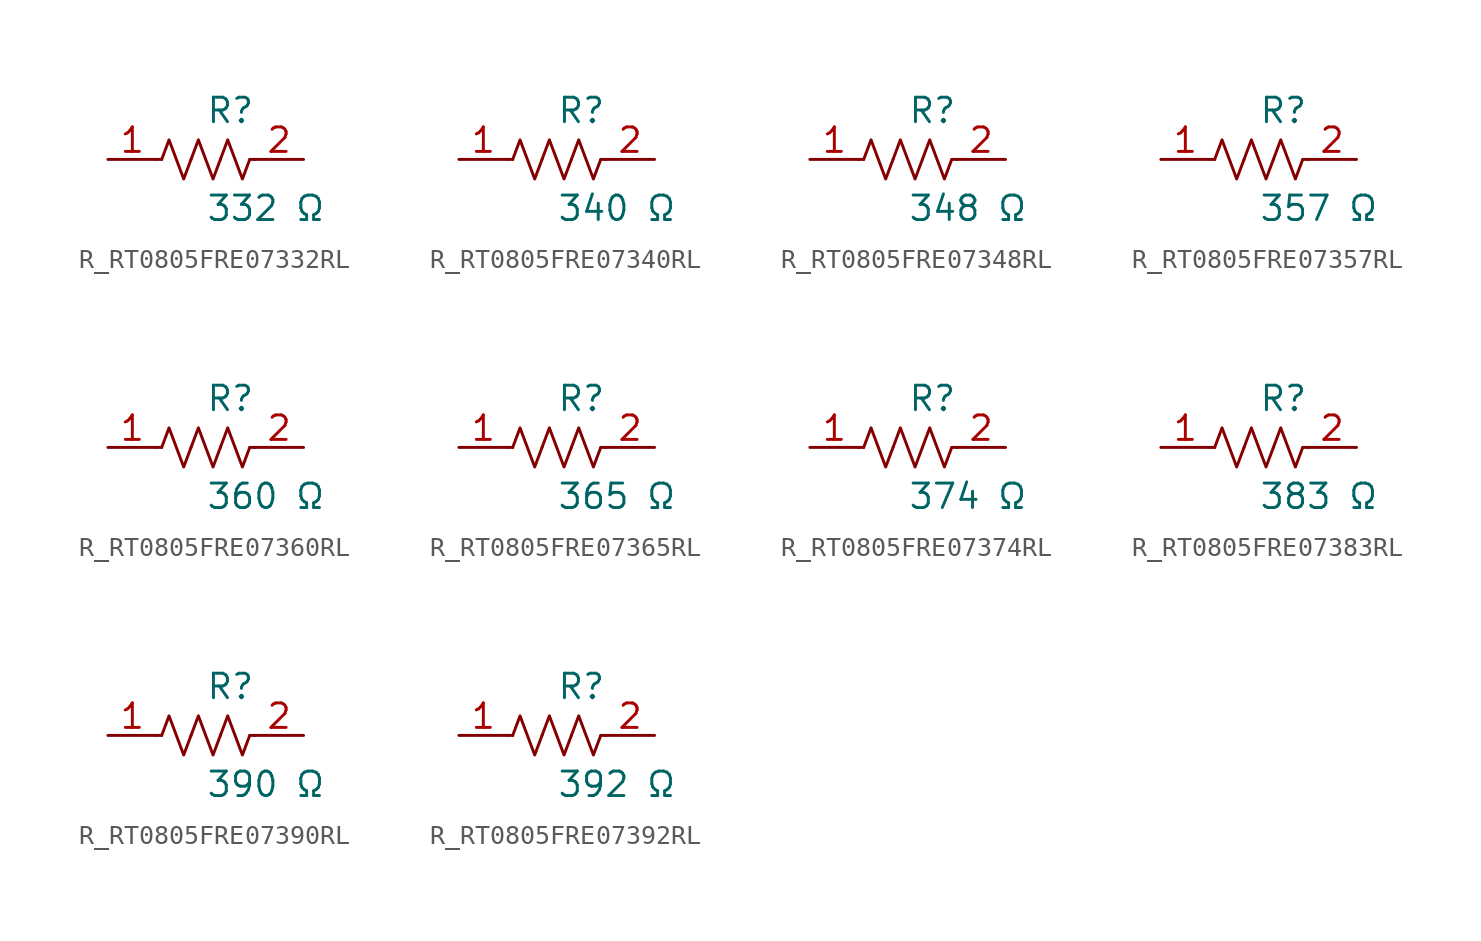
<source format=kicad_sym>
(kicad_symbol_lib
  (version 20231120)
  (generator kicad_symbol_editor)
  (generator_version 8.0)
  (symbol "R_RT0805FRE07332RL"
    (pin_names
      (offset 0.254))
    (property "Reference" "R"
      (at 0.0 2.54 0)
      (effects (font (size 1.27 1.27)) (justify left)))
    (property "Value" "332 Ω"
      (at 0.0 -2.54 0)
      (effects (font (size 1.27 1.27)) (justify left)))
    (symbol "R_RT0805FRE07332RL_0_1"
      (polyline (pts (xy 2.286 0) (xy 2.54 0)) (stroke (width 0) (type default)) (fill (type none)))
      (polyline (pts (xy -2.286 0) (xy -2.54 0)) (stroke (width 0) (type default)) (fill (type none)))
      (polyline (pts (xy 0.762 0) (xy 1.143 1.016) (xy 1.524 0) (xy 1.905 -1.016) (xy 2.286 0)) (stroke (width 0) (type default)) (fill (type none)))
      (polyline (pts (xy -0.762 0) (xy -0.381 1.016) (xy 0 0) (xy 0.381 -1.016) (xy 0.762 0)) (stroke (width 0) (type default)) (fill (type none)))
      (polyline (pts (xy -2.286 0) (xy -1.905 1.016) (xy -1.524 0) (xy -1.143 -1.016) (xy -0.762 0)) (stroke (width 0) (type default)) (fill (type none))))
    (pin unspecified line
      (at -5.08 0 0)
      (length 2.54)
      (name "" (effects (font (size 1.27 1.27))))
      (number "1" (effects (font (size 1.27 1.27)))))
    (pin unspecified line
      (at 5.08 0 180)
      (length 2.54)
      (name "" (effects (font (size 1.27 1.27))))
      (number "2" (effects (font (size 1.27 1.27))))))
  (symbol "R_RT0805FRE07340RL"
    (pin_names
      (offset 0.254))
    (property "Reference" "R"
      (at 0.0 2.54 0)
      (effects (font (size 1.27 1.27)) (justify left)))
    (property "Value" "340 Ω"
      (at 0.0 -2.54 0)
      (effects (font (size 1.27 1.27)) (justify left)))
    (symbol "R_RT0805FRE07340RL_0_1"
      (polyline (pts (xy 2.286 0) (xy 2.54 0)) (stroke (width 0) (type default)) (fill (type none)))
      (polyline (pts (xy -2.286 0) (xy -2.54 0)) (stroke (width 0) (type default)) (fill (type none)))
      (polyline (pts (xy 0.762 0) (xy 1.143 1.016) (xy 1.524 0) (xy 1.905 -1.016) (xy 2.286 0)) (stroke (width 0) (type default)) (fill (type none)))
      (polyline (pts (xy -0.762 0) (xy -0.381 1.016) (xy 0 0) (xy 0.381 -1.016) (xy 0.762 0)) (stroke (width 0) (type default)) (fill (type none)))
      (polyline (pts (xy -2.286 0) (xy -1.905 1.016) (xy -1.524 0) (xy -1.143 -1.016) (xy -0.762 0)) (stroke (width 0) (type default)) (fill (type none))))
    (pin unspecified line
      (at -5.08 0 0)
      (length 2.54)
      (name "" (effects (font (size 1.27 1.27))))
      (number "1" (effects (font (size 1.27 1.27)))))
    (pin unspecified line
      (at 5.08 0 180)
      (length 2.54)
      (name "" (effects (font (size 1.27 1.27))))
      (number "2" (effects (font (size 1.27 1.27))))))
  (symbol "R_RT0805FRE07348RL"
    (pin_names
      (offset 0.254))
    (property "Reference" "R"
      (at 0.0 2.54 0)
      (effects (font (size 1.27 1.27)) (justify left)))
    (property "Value" "348 Ω"
      (at 0.0 -2.54 0)
      (effects (font (size 1.27 1.27)) (justify left)))
    (symbol "R_RT0805FRE07348RL_0_1"
      (polyline (pts (xy 2.286 0) (xy 2.54 0)) (stroke (width 0) (type default)) (fill (type none)))
      (polyline (pts (xy -2.286 0) (xy -2.54 0)) (stroke (width 0) (type default)) (fill (type none)))
      (polyline (pts (xy 0.762 0) (xy 1.143 1.016) (xy 1.524 0) (xy 1.905 -1.016) (xy 2.286 0)) (stroke (width 0) (type default)) (fill (type none)))
      (polyline (pts (xy -0.762 0) (xy -0.381 1.016) (xy 0 0) (xy 0.381 -1.016) (xy 0.762 0)) (stroke (width 0) (type default)) (fill (type none)))
      (polyline (pts (xy -2.286 0) (xy -1.905 1.016) (xy -1.524 0) (xy -1.143 -1.016) (xy -0.762 0)) (stroke (width 0) (type default)) (fill (type none))))
    (pin unspecified line
      (at -5.08 0 0)
      (length 2.54)
      (name "" (effects (font (size 1.27 1.27))))
      (number "1" (effects (font (size 1.27 1.27)))))
    (pin unspecified line
      (at 5.08 0 180)
      (length 2.54)
      (name "" (effects (font (size 1.27 1.27))))
      (number "2" (effects (font (size 1.27 1.27))))))
  (symbol "R_RT0805FRE07357RL"
    (pin_names
      (offset 0.254))
    (property "Reference" "R"
      (at 0.0 2.54 0)
      (effects (font (size 1.27 1.27)) (justify left)))
    (property "Value" "357 Ω"
      (at 0.0 -2.54 0)
      (effects (font (size 1.27 1.27)) (justify left)))
    (symbol "R_RT0805FRE07357RL_0_1"
      (polyline (pts (xy 2.286 0) (xy 2.54 0)) (stroke (width 0) (type default)) (fill (type none)))
      (polyline (pts (xy -2.286 0) (xy -2.54 0)) (stroke (width 0) (type default)) (fill (type none)))
      (polyline (pts (xy 0.762 0) (xy 1.143 1.016) (xy 1.524 0) (xy 1.905 -1.016) (xy 2.286 0)) (stroke (width 0) (type default)) (fill (type none)))
      (polyline (pts (xy -0.762 0) (xy -0.381 1.016) (xy 0 0) (xy 0.381 -1.016) (xy 0.762 0)) (stroke (width 0) (type default)) (fill (type none)))
      (polyline (pts (xy -2.286 0) (xy -1.905 1.016) (xy -1.524 0) (xy -1.143 -1.016) (xy -0.762 0)) (stroke (width 0) (type default)) (fill (type none))))
    (pin unspecified line
      (at -5.08 0 0)
      (length 2.54)
      (name "" (effects (font (size 1.27 1.27))))
      (number "1" (effects (font (size 1.27 1.27)))))
    (pin unspecified line
      (at 5.08 0 180)
      (length 2.54)
      (name "" (effects (font (size 1.27 1.27))))
      (number "2" (effects (font (size 1.27 1.27))))))
  (symbol "R_RT0805FRE07360RL"
    (pin_names
      (offset 0.254))
    (property "Reference" "R"
      (at 0.0 2.54 0)
      (effects (font (size 1.27 1.27)) (justify left)))
    (property "Value" "360 Ω"
      (at 0.0 -2.54 0)
      (effects (font (size 1.27 1.27)) (justify left)))
    (symbol "R_RT0805FRE07360RL_0_1"
      (polyline (pts (xy 2.286 0) (xy 2.54 0)) (stroke (width 0) (type default)) (fill (type none)))
      (polyline (pts (xy -2.286 0) (xy -2.54 0)) (stroke (width 0) (type default)) (fill (type none)))
      (polyline (pts (xy 0.762 0) (xy 1.143 1.016) (xy 1.524 0) (xy 1.905 -1.016) (xy 2.286 0)) (stroke (width 0) (type default)) (fill (type none)))
      (polyline (pts (xy -0.762 0) (xy -0.381 1.016) (xy 0 0) (xy 0.381 -1.016) (xy 0.762 0)) (stroke (width 0) (type default)) (fill (type none)))
      (polyline (pts (xy -2.286 0) (xy -1.905 1.016) (xy -1.524 0) (xy -1.143 -1.016) (xy -0.762 0)) (stroke (width 0) (type default)) (fill (type none))))
    (pin unspecified line
      (at -5.08 0 0)
      (length 2.54)
      (name "" (effects (font (size 1.27 1.27))))
      (number "1" (effects (font (size 1.27 1.27)))))
    (pin unspecified line
      (at 5.08 0 180)
      (length 2.54)
      (name "" (effects (font (size 1.27 1.27))))
      (number "2" (effects (font (size 1.27 1.27))))))
  (symbol "R_RT0805FRE07365RL"
    (pin_names
      (offset 0.254))
    (property "Reference" "R"
      (at 0.0 2.54 0)
      (effects (font (size 1.27 1.27)) (justify left)))
    (property "Value" "365 Ω"
      (at 0.0 -2.54 0)
      (effects (font (size 1.27 1.27)) (justify left)))
    (symbol "R_RT0805FRE07365RL_0_1"
      (polyline (pts (xy 2.286 0) (xy 2.54 0)) (stroke (width 0) (type default)) (fill (type none)))
      (polyline (pts (xy -2.286 0) (xy -2.54 0)) (stroke (width 0) (type default)) (fill (type none)))
      (polyline (pts (xy 0.762 0) (xy 1.143 1.016) (xy 1.524 0) (xy 1.905 -1.016) (xy 2.286 0)) (stroke (width 0) (type default)) (fill (type none)))
      (polyline (pts (xy -0.762 0) (xy -0.381 1.016) (xy 0 0) (xy 0.381 -1.016) (xy 0.762 0)) (stroke (width 0) (type default)) (fill (type none)))
      (polyline (pts (xy -2.286 0) (xy -1.905 1.016) (xy -1.524 0) (xy -1.143 -1.016) (xy -0.762 0)) (stroke (width 0) (type default)) (fill (type none))))
    (pin unspecified line
      (at -5.08 0 0)
      (length 2.54)
      (name "" (effects (font (size 1.27 1.27))))
      (number "1" (effects (font (size 1.27 1.27)))))
    (pin unspecified line
      (at 5.08 0 180)
      (length 2.54)
      (name "" (effects (font (size 1.27 1.27))))
      (number "2" (effects (font (size 1.27 1.27))))))
  (symbol "R_RT0805FRE07374RL"
    (pin_names
      (offset 0.254))
    (property "Reference" "R"
      (at 0.0 2.54 0)
      (effects (font (size 1.27 1.27)) (justify left)))
    (property "Value" "374 Ω"
      (at 0.0 -2.54 0)
      (effects (font (size 1.27 1.27)) (justify left)))
    (symbol "R_RT0805FRE07374RL_0_1"
      (polyline (pts (xy 2.286 0) (xy 2.54 0)) (stroke (width 0) (type default)) (fill (type none)))
      (polyline (pts (xy -2.286 0) (xy -2.54 0)) (stroke (width 0) (type default)) (fill (type none)))
      (polyline (pts (xy 0.762 0) (xy 1.143 1.016) (xy 1.524 0) (xy 1.905 -1.016) (xy 2.286 0)) (stroke (width 0) (type default)) (fill (type none)))
      (polyline (pts (xy -0.762 0) (xy -0.381 1.016) (xy 0 0) (xy 0.381 -1.016) (xy 0.762 0)) (stroke (width 0) (type default)) (fill (type none)))
      (polyline (pts (xy -2.286 0) (xy -1.905 1.016) (xy -1.524 0) (xy -1.143 -1.016) (xy -0.762 0)) (stroke (width 0) (type default)) (fill (type none))))
    (pin unspecified line
      (at -5.08 0 0)
      (length 2.54)
      (name "" (effects (font (size 1.27 1.27))))
      (number "1" (effects (font (size 1.27 1.27)))))
    (pin unspecified line
      (at 5.08 0 180)
      (length 2.54)
      (name "" (effects (font (size 1.27 1.27))))
      (number "2" (effects (font (size 1.27 1.27))))))
  (symbol "R_RT0805FRE07383RL"
    (pin_names
      (offset 0.254))
    (property "Reference" "R"
      (at 0.0 2.54 0)
      (effects (font (size 1.27 1.27)) (justify left)))
    (property "Value" "383 Ω"
      (at 0.0 -2.54 0)
      (effects (font (size 1.27 1.27)) (justify left)))
    (symbol "R_RT0805FRE07383RL_0_1"
      (polyline (pts (xy 2.286 0) (xy 2.54 0)) (stroke (width 0) (type default)) (fill (type none)))
      (polyline (pts (xy -2.286 0) (xy -2.54 0)) (stroke (width 0) (type default)) (fill (type none)))
      (polyline (pts (xy 0.762 0) (xy 1.143 1.016) (xy 1.524 0) (xy 1.905 -1.016) (xy 2.286 0)) (stroke (width 0) (type default)) (fill (type none)))
      (polyline (pts (xy -0.762 0) (xy -0.381 1.016) (xy 0 0) (xy 0.381 -1.016) (xy 0.762 0)) (stroke (width 0) (type default)) (fill (type none)))
      (polyline (pts (xy -2.286 0) (xy -1.905 1.016) (xy -1.524 0) (xy -1.143 -1.016) (xy -0.762 0)) (stroke (width 0) (type default)) (fill (type none))))
    (pin unspecified line
      (at -5.08 0 0)
      (length 2.54)
      (name "" (effects (font (size 1.27 1.27))))
      (number "1" (effects (font (size 1.27 1.27)))))
    (pin unspecified line
      (at 5.08 0 180)
      (length 2.54)
      (name "" (effects (font (size 1.27 1.27))))
      (number "2" (effects (font (size 1.27 1.27))))))
  (symbol "R_RT0805FRE07390RL"
    (pin_names
      (offset 0.254))
    (property "Reference" "R"
      (at 0.0 2.54 0)
      (effects (font (size 1.27 1.27)) (justify left)))
    (property "Value" "390 Ω"
      (at 0.0 -2.54 0)
      (effects (font (size 1.27 1.27)) (justify left)))
    (symbol "R_RT0805FRE07390RL_0_1"
      (polyline (pts (xy 2.286 0) (xy 2.54 0)) (stroke (width 0) (type default)) (fill (type none)))
      (polyline (pts (xy -2.286 0) (xy -2.54 0)) (stroke (width 0) (type default)) (fill (type none)))
      (polyline (pts (xy 0.762 0) (xy 1.143 1.016) (xy 1.524 0) (xy 1.905 -1.016) (xy 2.286 0)) (stroke (width 0) (type default)) (fill (type none)))
      (polyline (pts (xy -0.762 0) (xy -0.381 1.016) (xy 0 0) (xy 0.381 -1.016) (xy 0.762 0)) (stroke (width 0) (type default)) (fill (type none)))
      (polyline (pts (xy -2.286 0) (xy -1.905 1.016) (xy -1.524 0) (xy -1.143 -1.016) (xy -0.762 0)) (stroke (width 0) (type default)) (fill (type none))))
    (pin unspecified line
      (at -5.08 0 0)
      (length 2.54)
      (name "" (effects (font (size 1.27 1.27))))
      (number "1" (effects (font (size 1.27 1.27)))))
    (pin unspecified line
      (at 5.08 0 180)
      (length 2.54)
      (name "" (effects (font (size 1.27 1.27))))
      (number "2" (effects (font (size 1.27 1.27))))))
  (symbol "R_RT0805FRE07392RL"
    (pin_names
      (offset 0.254))
    (property "Reference" "R"
      (at 0.0 2.54 0)
      (effects (font (size 1.27 1.27)) (justify left)))
    (property "Value" "392 Ω"
      (at 0.0 -2.54 0)
      (effects (font (size 1.27 1.27)) (justify left)))
    (symbol "R_RT0805FRE07392RL_0_1"
      (polyline (pts (xy 2.286 0) (xy 2.54 0)) (stroke (width 0) (type default)) (fill (type none)))
      (polyline (pts (xy -2.286 0) (xy -2.54 0)) (stroke (width 0) (type default)) (fill (type none)))
      (polyline (pts (xy 0.762 0) (xy 1.143 1.016) (xy 1.524 0) (xy 1.905 -1.016) (xy 2.286 0)) (stroke (width 0) (type default)) (fill (type none)))
      (polyline (pts (xy -0.762 0) (xy -0.381 1.016) (xy 0 0) (xy 0.381 -1.016) (xy 0.762 0)) (stroke (width 0) (type default)) (fill (type none)))
      (polyline (pts (xy -2.286 0) (xy -1.905 1.016) (xy -1.524 0) (xy -1.143 -1.016) (xy -0.762 0)) (stroke (width 0) (type default)) (fill (type none))))
    (pin unspecified line
      (at -5.08 0 0)
      (length 2.54)
      (name "" (effects (font (size 1.27 1.27))))
      (number "1" (effects (font (size 1.27 1.27)))))
    (pin unspecified line
      (at 5.08 0 180)
      (length 2.54)
      (name "" (effects (font (size 1.27 1.27))))
      (number "2" (effects (font (size 1.27 1.27)))))))
</source>
